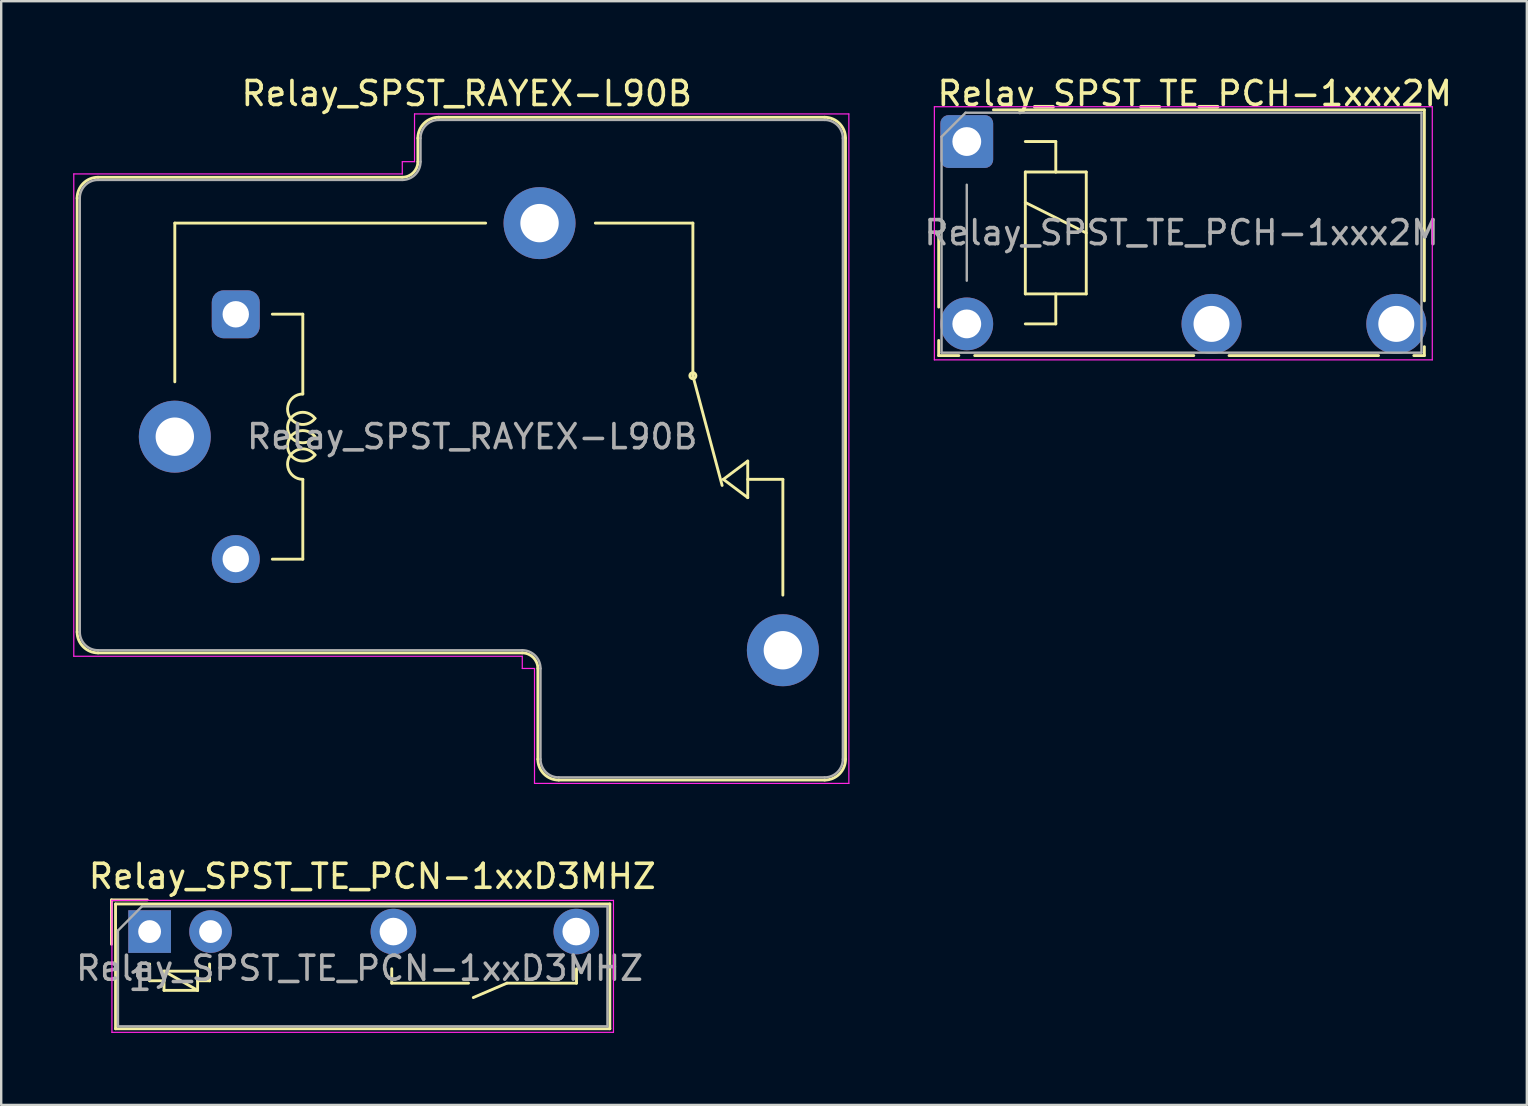
<source format=kicad_pcb>
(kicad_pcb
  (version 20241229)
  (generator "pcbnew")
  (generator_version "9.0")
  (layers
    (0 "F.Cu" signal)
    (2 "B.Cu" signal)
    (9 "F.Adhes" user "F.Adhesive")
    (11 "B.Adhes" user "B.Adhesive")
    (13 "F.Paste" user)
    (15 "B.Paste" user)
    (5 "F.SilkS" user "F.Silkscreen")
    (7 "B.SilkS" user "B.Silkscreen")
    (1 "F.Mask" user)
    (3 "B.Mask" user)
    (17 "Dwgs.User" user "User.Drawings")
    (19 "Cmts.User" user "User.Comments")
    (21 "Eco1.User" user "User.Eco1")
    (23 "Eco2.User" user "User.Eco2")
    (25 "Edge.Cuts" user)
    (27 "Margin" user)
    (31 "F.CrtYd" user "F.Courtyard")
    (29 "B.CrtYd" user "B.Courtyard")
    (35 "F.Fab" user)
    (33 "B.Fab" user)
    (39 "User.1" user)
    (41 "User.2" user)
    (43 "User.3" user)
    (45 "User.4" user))
  (footprint "Relay_SPST_TE_PCN-1xxD3MHZ"
    (layer "F.Cu")
    (at 3.185 35.772)
    (property "Reference" "Relay_SPST_TE_PCN-1xxD3MHZ" (at 9.28 -2.3 180) (layer "F.SilkS") (effects (font (size 1 1) (thickness 0.15))))
    (attr through_hole)
    (fp_line (start -1.59 -1.32) (end -0.1 -1.32) (stroke (width 0.12) (type solid)) (layer "F.SilkS"))
    (fp_line (start -1.59 0.53) (end -1.59 -1.32) (stroke (width 0.12) (type solid)) (layer "F.SilkS"))
    (fp_line (start -1.42 -1.15) (end -1.42 4.05) (stroke (width 0.12) (type solid)) (layer "F.SilkS"))
    (fp_line (start -1.42 4.05) (end 19.18 4.05) (stroke (width 0.12) (type solid)) (layer "F.SilkS"))
    (fp_line (start 0 1.35) (end 0 2.05) (stroke (width 0.12) (type solid)) (layer "F.SilkS"))
    (fp_line (start 0 2.05) (end 0.6 2.05) (stroke (width 0.12) (type solid)) (layer "F.SilkS"))
    (fp_line (start 0.6 1.65) (end 2 1.65) (stroke (width 0.12) (type solid)) (layer "F.SilkS"))
    (fp_line (start 0.6 1.65) (end 2 2.45) (stroke (width 0.12) (type solid)) (layer "F.SilkS"))
    (fp_line (start 0.6 2.05) (end 0.6 1.65) (stroke (width 0.12) (type solid)) (layer "F.SilkS"))
    (fp_line (start 0.6 2.45) (end 0.6 2.05) (stroke (width 0.12) (type solid)) (layer "F.SilkS"))
    (fp_line (start 2 1.65) (end 2 2.45) (stroke (width 0.12) (type solid)) (layer "F.SilkS"))
    (fp_line (start 2 2.05) (end 2.5 2.05) (stroke (width 0.12) (type solid)) (layer "F.SilkS"))
    (fp_line (start 2 2.45) (end 0.6 2.45) (stroke (width 0.12) (type solid)) (layer "F.SilkS"))
    (fp_line (start 2.5 2.05) (end 2.5 1.35) (stroke (width 0.12) (type solid)) (layer "F.SilkS"))
    (fp_line (start 10.09 2.15) (end 10.09 1.55) (stroke (width 0.12) (type solid)) (layer "F.SilkS"))
    (fp_line (start 13.29 2.15) (end 10.09 2.15) (stroke (width 0.12) (type solid)) (layer "F.SilkS"))
    (fp_line (start 14.89 2.15) (end 13.49 2.75) (stroke (width 0.12) (type solid)) (layer "F.SilkS"))
    (fp_line (start 17.79 1.55) (end 17.79 2.15) (stroke (width 0.12) (type solid)) (layer "F.SilkS"))
    (fp_line (start 17.79 2.15) (end 14.89 2.15) (stroke (width 0.12) (type solid)) (layer "F.SilkS"))
    (fp_line (start 19.18 -1.15) (end -1.42 -1.15) (stroke (width 0.12) (type solid)) (layer "F.SilkS"))
    (fp_line (start 19.18 4.05) (end 19.18 -1.15) (stroke (width 0.12) (type solid)) (layer "F.SilkS"))
    (fp_line (start -1.57 -1.3) (end -1.57 4.2) (stroke (width 0.05) (type solid)) (layer "F.CrtYd"))
    (fp_line (start -1.57 4.2) (end 19.33 4.2) (stroke (width 0.05) (type solid)) (layer "F.CrtYd"))
    (fp_line (start 19.33 -1.3) (end -1.57 -1.3) (stroke (width 0.05) (type solid)) (layer "F.CrtYd"))
    (fp_line (start 19.33 4.2) (end 19.33 -1.3) (stroke (width 0.05) (type solid)) (layer "F.CrtYd"))
    (fp_line (start -1.32 3.95) (end -1.32 -0.04) (stroke (width 0.1) (type solid)) (layer "F.Fab"))
    (fp_line (start -0.32 -1.05) (end -1.32 -0.04) (stroke (width 0.1) (type solid)) (layer "F.Fab"))
    (fp_line (start -0.32 -1.05) (end 19.08 -1.05) (stroke (width 0.1) (type solid)) (layer "F.Fab"))
    (fp_line (start 19.08 -1.05) (end 19.08 3.95) (stroke (width 0.1) (type solid)) (layer "F.Fab"))
    (fp_line (start 19.08 3.95) (end -1.32 3.95) (stroke (width 0.1) (type solid)) (layer "F.Fab"))
    (fp_text user "1" (at -0.4 1.95 0) (layer "F.Fab") (effects (font (size 1 1) (thickness 0.15))))
    (fp_text user "${REFERENCE}" (at 8.75 1.53 0) (layer "F.Fab") (effects (font (size 1 1) (thickness 0.15))))
    (pad "1" thru_hole rect (at 0 0) (size 1.778 1.778) (drill 0.95) (layers "*.Cu" "*.Mask"))
    (pad "2" thru_hole circle (at 2.54 0) (size 1.778 1.778) (drill 0.95) (layers "*.Cu" "*.Mask"))
    (pad "3" thru_hole circle (at 10.16 0) (size 1.9 1.9) (drill 1.15) (layers "*.Cu" "*.Mask"))
    (pad "4" thru_hole circle (at 17.78 0) (size 1.9 1.9) (drill 1.15) (layers "*.Cu" "*.Mask")))
  (footprint "Relay_SPST_RAYEX-L90B"
    (layer "F.Cu")
    (at 4.235 15.148)
    (property "Reference" "Relay_SPST_RAYEX-L90B" (at 12.167 -14.3 0) (layer "F.SilkS") (effects (font (size 1 1) (thickness 0.15))))
    (attr through_hole)
    (fp_line (start -4.07 -9.94) (end -4.07 8.14) (stroke (width 0.12) (type solid)) (layer "F.SilkS"))
    (fp_line (start -3.2 -10.81) (end 9.48 -10.81) (stroke (width 0.12) (type solid)) (layer "F.SilkS"))
    (fp_line (start -3.2 9.01) (end 14.48 9.01) (stroke (width 0.12) (type solid)) (layer "F.SilkS"))
    (fp_line (start 0 -8.9) (end 0 -2.286) (stroke (width 0.12) (type solid)) (layer "F.SilkS"))
    (fp_line (start 0 -8.9) (end 12.954 -8.9) (stroke (width 0.12) (type solid)) (layer "F.SilkS"))
    (fp_line (start 4.064 -5.105) (end 5.334 -5.105) (stroke (width 0.12) (type solid)) (layer "F.SilkS"))
    (fp_line (start 5.334 -1.778) (end 5.334 -5.105) (stroke (width 0.12) (type solid)) (layer "F.SilkS"))
    (fp_line (start 5.334 5.105) (end 4.064 5.105) (stroke (width 0.12) (type solid)) (layer "F.SilkS"))
    (fp_line (start 5.334 5.105) (end 5.334 1.778) (stroke (width 0.12) (type solid)) (layer "F.SilkS"))
    (fp_line (start 10.13 -12.44) (end 10.13 -11.46) (stroke (width 0.12) (type solid)) (layer "F.SilkS"))
    (fp_line (start 11 -13.31) (end 27.08 -13.31) (stroke (width 0.12) (type solid)) (layer "F.SilkS"))
    (fp_line (start 15.13 9.66) (end 15.13 13.44) (stroke (width 0.12) (type solid)) (layer "F.SilkS"))
    (fp_line (start 16 14.31) (end 27.08 14.31) (stroke (width 0.12) (type solid)) (layer "F.SilkS"))
    (fp_line (start 21.59 -8.9) (end 17.526 -8.9) (stroke (width 0.12) (type solid)) (layer "F.SilkS"))
    (fp_line (start 21.59 -2.54) (end 21.59 -8.9) (stroke (width 0.12) (type solid)) (layer "F.SilkS"))
    (fp_line (start 21.59 -2.54) (end 22.809 2.032) (stroke (width 0.12) (type solid)) (layer "F.SilkS"))
    (fp_line (start 22.86 1.778) (end 23.876 1.016) (stroke (width 0.12) (type solid)) (layer "F.SilkS"))
    (fp_line (start 23.876 1.778) (end 25.34 1.778) (stroke (width 0.12) (type solid)) (layer "F.SilkS"))
    (fp_line (start 23.876 2.54) (end 22.86 1.778) (stroke (width 0.12) (type solid)) (layer "F.SilkS"))
    (fp_line (start 23.876 2.54) (end 23.876 1.016) (stroke (width 0.12) (type solid)) (layer "F.SilkS"))
    (fp_line (start 25.34 1.778) (end 25.34 6.604) (stroke (width 0.12) (type solid)) (layer "F.SilkS"))
    (fp_line (start 27.95 -12.44) (end 27.95 13.44) (stroke (width 0.12) (type solid)) (layer "F.SilkS"))
    (fp_arc (start -4.07 -9.94) (mid -3.815183 -10.555183) (end -3.2 -10.81) (stroke (width 0.12) (type solid)) (layer "F.SilkS"))
    (fp_arc (start -3.2 9.01) (mid -3.815183 8.755183) (end -4.07 8.14) (stroke (width 0.12) (type solid)) (layer "F.SilkS"))
    (fp_arc (start 5.334002 1.777997) (mid 4.765966 0.859166) (end 5.841802 0.76173) (stroke (width 0.12) (type solid)) (layer "F.SilkS"))
    (fp_arc (start 5.8418 -0.761733) (mid 4.765964 -0.859168) (end 5.334 -1.778) (stroke (width 0.12) (type solid)) (layer "F.SilkS"))
    (fp_arc (start 5.842265 -0.000355) (mid 4.699002 -0.38078) (end 5.842 -0.762001) (stroke (width 0.12) (type solid)) (layer "F.SilkS"))
    (fp_arc (start 5.842266 0.761644) (mid 4.699003 0.381219) (end 5.842001 -0.000002) (stroke (width 0.12) (type solid)) (layer "F.SilkS"))
    (fp_arc (start 10.13 -12.44) (mid 10.384817 -13.055183) (end 11 -13.31) (stroke (width 0.12) (type solid)) (layer "F.SilkS"))
    (fp_arc (start 10.13 -11.46) (mid 9.939619 -11.000381) (end 9.48 -10.81) (stroke (width 0.12) (type solid)) (layer "F.SilkS"))
    (fp_arc (start 14.48 9.01) (mid 14.939619 9.200381) (end 15.13 9.66) (stroke (width 0.12) (type solid)) (layer "F.SilkS"))
    (fp_arc (start 16 14.31) (mid 15.384817 14.055183) (end 15.13 13.44) (stroke (width 0.12) (type solid)) (layer "F.SilkS"))
    (fp_arc (start 27.08 -13.31) (mid 27.695183 -13.055183) (end 27.95 -12.44) (stroke (width 0.12) (type solid)) (layer "F.SilkS"))
    (fp_arc (start 27.95 13.44) (mid 27.695183 14.055183) (end 27.08 14.31) (stroke (width 0.12) (type solid)) (layer "F.SilkS"))
    (fp_circle (center 21.59 -2.54) (end 21.59 -2.413) (stroke (width 0.12) (type solid)) (fill no) (layer "F.SilkS"))
    (fp_line (start -4.21 -10.95) (end -4.21 9.15) (stroke (width 0.05) (type solid)) (layer "F.CrtYd"))
    (fp_line (start -4.21 -10.95) (end 9.48 -10.95) (stroke (width 0.05) (type solid)) (layer "F.CrtYd"))
    (fp_line (start -4.21 9.15) (end 14.48 9.15) (stroke (width 0.05) (type solid)) (layer "F.CrtYd"))
    (fp_line (start 9.48 -11.46) (end 9.48 -10.95) (stroke (width 0.05) (type solid)) (layer "F.CrtYd"))
    (fp_line (start 9.48 -11.46) (end 9.99 -11.46) (stroke (width 0.05) (type solid)) (layer "F.CrtYd"))
    (fp_line (start 9.99 -13.45) (end 9.99 -11.46) (stroke (width 0.05) (type solid)) (layer "F.CrtYd"))
    (fp_line (start 9.99 -13.45) (end 28.09 -13.45) (stroke (width 0.05) (type solid)) (layer "F.CrtYd"))
    (fp_line (start 14.48 9.15) (end 14.48 9.66) (stroke (width 0.05) (type solid)) (layer "F.CrtYd"))
    (fp_line (start 14.48 9.66) (end 14.99 9.66) (stroke (width 0.05) (type solid)) (layer "F.CrtYd"))
    (fp_line (start 14.99 9.66) (end 14.99 14.45) (stroke (width 0.05) (type solid)) (layer "F.CrtYd"))
    (fp_line (start 14.99 14.45) (end 28.09 14.45) (stroke (width 0.05) (type solid)) (layer "F.CrtYd"))
    (fp_line (start 28.09 -13.45) (end 28.09 14.45) (stroke (width 0.05) (type solid)) (layer "F.CrtYd"))
    (fp_line (start -3.96 -9.94) (end -3.96 8.14) (stroke (width 0.1) (type solid)) (layer "F.Fab"))
    (fp_line (start -3.2 -10.7) (end 9.48 -10.7) (stroke (width 0.1) (type solid)) (layer "F.Fab"))
    (fp_line (start -3.2 8.9) (end 14.48 8.9) (stroke (width 0.1) (type solid)) (layer "F.Fab"))
    (fp_line (start 10.24 -12.44) (end 10.24 -11.46) (stroke (width 0.1) (type solid)) (layer "F.Fab"))
    (fp_line (start 11 -13.2) (end 27.08 -13.2) (stroke (width 0.1) (type solid)) (layer "F.Fab"))
    (fp_line (start 15.24 9.66) (end 15.24 13.44) (stroke (width 0.1) (type solid)) (layer "F.Fab"))
    (fp_line (start 16 14.2) (end 27.08 14.2) (stroke (width 0.1) (type solid)) (layer "F.Fab"))
    (fp_line (start 27.84 -12.44) (end 27.84 13.44) (stroke (width 0.1) (type solid)) (layer "F.Fab"))
    (fp_arc (start -3.96 -9.94) (mid -3.737401 -10.477401) (end -3.2 -10.7) (stroke (width 0.1) (type solid)) (layer "F.Fab"))
    (fp_arc (start -3.2 8.9) (mid -3.737401 8.677401) (end -3.96 8.14) (stroke (width 0.1) (type solid)) (layer "F.Fab"))
    (fp_arc (start 10.24 -12.44) (mid 10.462599 -12.977401) (end 11 -13.2) (stroke (width 0.1) (type solid)) (layer "F.Fab"))
    (fp_arc (start 10.24 -11.46) (mid 10.017401 -10.922599) (end 9.48 -10.7) (stroke (width 0.1) (type solid)) (layer "F.Fab"))
    (fp_arc (start 14.48 8.9) (mid 15.017401 9.122599) (end 15.24 9.66) (stroke (width 0.1) (type solid)) (layer "F.Fab"))
    (fp_arc (start 16 14.2) (mid 15.462599 13.977401) (end 15.24 13.44) (stroke (width 0.1) (type solid)) (layer "F.Fab"))
    (fp_arc (start 27.08 -13.2) (mid 27.617401 -12.977401) (end 27.84 -12.44) (stroke (width 0.1) (type solid)) (layer "F.Fab"))
    (fp_arc (start 27.84 13.44) (mid 27.617401 13.977401) (end 27.08 14.2) (stroke (width 0.1) (type solid)) (layer "F.Fab"))
    (fp_text user "${REFERENCE}" (at 12.395 0 0) (layer "F.Fab") (effects (font (size 1 1) (thickness 0.15))))
    (pad "11A" thru_hole circle (at 0 0 180) (size 3 3) (drill 1.6) (layers "*.Cu" "*.Mask"))
    (pad "11B" thru_hole circle (at 15.2 -8.9 180) (size 3 3) (drill 1.6) (layers "*.Cu" "*.Mask"))
    (pad "12" thru_hole circle (at 25.34 8.9 180) (size 3 3) (drill 1.6) (layers "*.Cu" "*.Mask"))
    (pad "A1" thru_hole roundrect (at 2.54 -5.1 180) (size 2 2) (drill 1.1) (layers "*.Cu" "*.Mask") (roundrect_rratio 0.25))
    (pad "A2" thru_hole circle (at 2.54 5.1 180) (size 2 2) (drill 1.1) (layers "*.Cu" "*.Mask")))
  (footprint "Relay_SPST_TE_PCH-1xxx2M"
    (layer "F.Cu")
    (at 37.239 2.848)
    (property "Reference" "Relay_SPST_TE_PCH-1xxx2M" (at 9.5 -2 0) (layer "F.SilkS") (effects (font (size 1 1) (thickness 0.15))))
    (attr through_hole)
    (fp_line (start -1.17 3.8) (end -1.17 6.9) (stroke (width 0.12) (type solid)) (layer "F.SilkS"))
    (fp_line (start -1.17 8.29) (end -1.17 8.92) (stroke (width 0.12) (type solid)) (layer "F.SilkS"))
    (fp_line (start -0.33 8.92) (end -1.17 8.92) (stroke (width 0.12) (type solid)) (layer "F.SilkS"))
    (fp_line (start 2.44 0) (end 3.71 0) (stroke (width 0.12) (type solid)) (layer "F.SilkS"))
    (fp_line (start 2.44 1.27) (end 3.71 1.27) (stroke (width 0.12) (type solid)) (layer "F.SilkS"))
    (fp_line (start 2.44 2.54) (end 4.98 3.81) (stroke (width 0.12) (type solid)) (layer "F.SilkS"))
    (fp_line (start 2.44 6.35) (end 2.44 1.27) (stroke (width 0.12) (type solid)) (layer "F.SilkS"))
    (fp_line (start 3.71 0) (end 3.71 1.27) (stroke (width 0.12) (type solid)) (layer "F.SilkS"))
    (fp_line (start 3.71 1.27) (end 4.98 1.27) (stroke (width 0.12) (type solid)) (layer "F.SilkS"))
    (fp_line (start 3.71 6.35) (end 3.71 7.6) (stroke (width 0.12) (type solid)) (layer "F.SilkS"))
    (fp_line (start 3.71 7.6) (end 2.44 7.6) (stroke (width 0.12) (type solid)) (layer "F.SilkS"))
    (fp_line (start 4.98 1.27) (end 4.98 6.35) (stroke (width 0.12) (type solid)) (layer "F.SilkS"))
    (fp_line (start 4.98 6.35) (end 2.44 6.35) (stroke (width 0.12) (type solid)) (layer "F.SilkS"))
    (fp_line (start 9.46 8.92) (end 0.33 8.92) (stroke (width 0.12) (type solid)) (layer "F.SilkS"))
    (fp_line (start 17.16 8.92) (end 10.93 8.92) (stroke (width 0.12) (type solid)) (layer "F.SilkS"))
    (fp_line (start 19.07 -1.32) (end 1.11 -1.32) (stroke (width 0.12) (type solid)) (layer "F.SilkS"))
    (fp_line (start 19.07 -1.32) (end 19.07 6.64) (stroke (width 0.12) (type solid)) (layer "F.SilkS"))
    (fp_line (start 19.07 8.92) (end 18.63 8.92) (stroke (width 0.12) (type solid)) (layer "F.SilkS"))
    (fp_line (start 19.07 8.92) (end 19.07 8.55) (stroke (width 0.12) (type solid)) (layer "F.SilkS"))
    (fp_line (start -1.35 -1.45) (end 19.4 -1.45) (stroke (width 0.05) (type solid)) (layer "F.CrtYd"))
    (fp_line (start -1.35 9.1) (end -1.35 -1.45) (stroke (width 0.05) (type solid)) (layer "F.CrtYd"))
    (fp_line (start 19.4 -1.45) (end 19.4 9.1) (stroke (width 0.05) (type solid)) (layer "F.CrtYd"))
    (fp_line (start 19.4 9.1) (end -1.35 9.1) (stroke (width 0.05) (type solid)) (layer "F.CrtYd"))
    (fp_line (start -1.05 8.8) (end -1.05 -0.2) (stroke (width 0.1) (type solid)) (layer "F.Fab"))
    (fp_line (start -0.05 -1.2) (end -1.05 -0.2) (stroke (width 0.1) (type solid)) (layer "F.Fab"))
    (fp_line (start -0.05 -1.2) (end 18.95 -1.2) (stroke (width 0.1) (type solid)) (layer "F.Fab"))
    (fp_line (start 0 1.8) (end 0 5.8) (stroke (width 0.1) (type solid)) (layer "F.Fab"))
    (fp_line (start 18.95 -1.2) (end 18.95 8.8) (stroke (width 0.1) (type solid)) (layer "F.Fab"))
    (fp_line (start 18.95 8.8) (end -1.05 8.8) (stroke (width 0.1) (type solid)) (layer "F.Fab"))
    (fp_text user "${REFERENCE}" (at 8.95 3.8 0) (layer "F.Fab") (effects (font (size 1 1) (thickness 0.15))))
    (pad "1" thru_hole roundrect (at 0 0) (size 2.2 2.2) (drill 1.2) (layers "*.Cu" "*.Mask") (roundrect_rratio 0.155))
    (pad "2" thru_hole circle (at 10.2 7.6) (size 2.5 2.5) (drill 1.5) (layers "*.Cu" "*.Mask"))
    (pad "3" thru_hole circle (at 17.9 7.6) (size 2.5 2.5) (drill 1.5) (layers "*.Cu" "*.Mask"))
    (pad "5" thru_hole circle (at 0 7.6) (size 2.2 2.2) (drill 1.2) (layers "*.Cu" "*.Mask")))
  (gr_rect
    (start -3 -3)
    (end 60.579 42.996)
    (stroke (width 0.1) (type default))
    (fill no)
    (layer "Edge.Cuts")))
</source>
